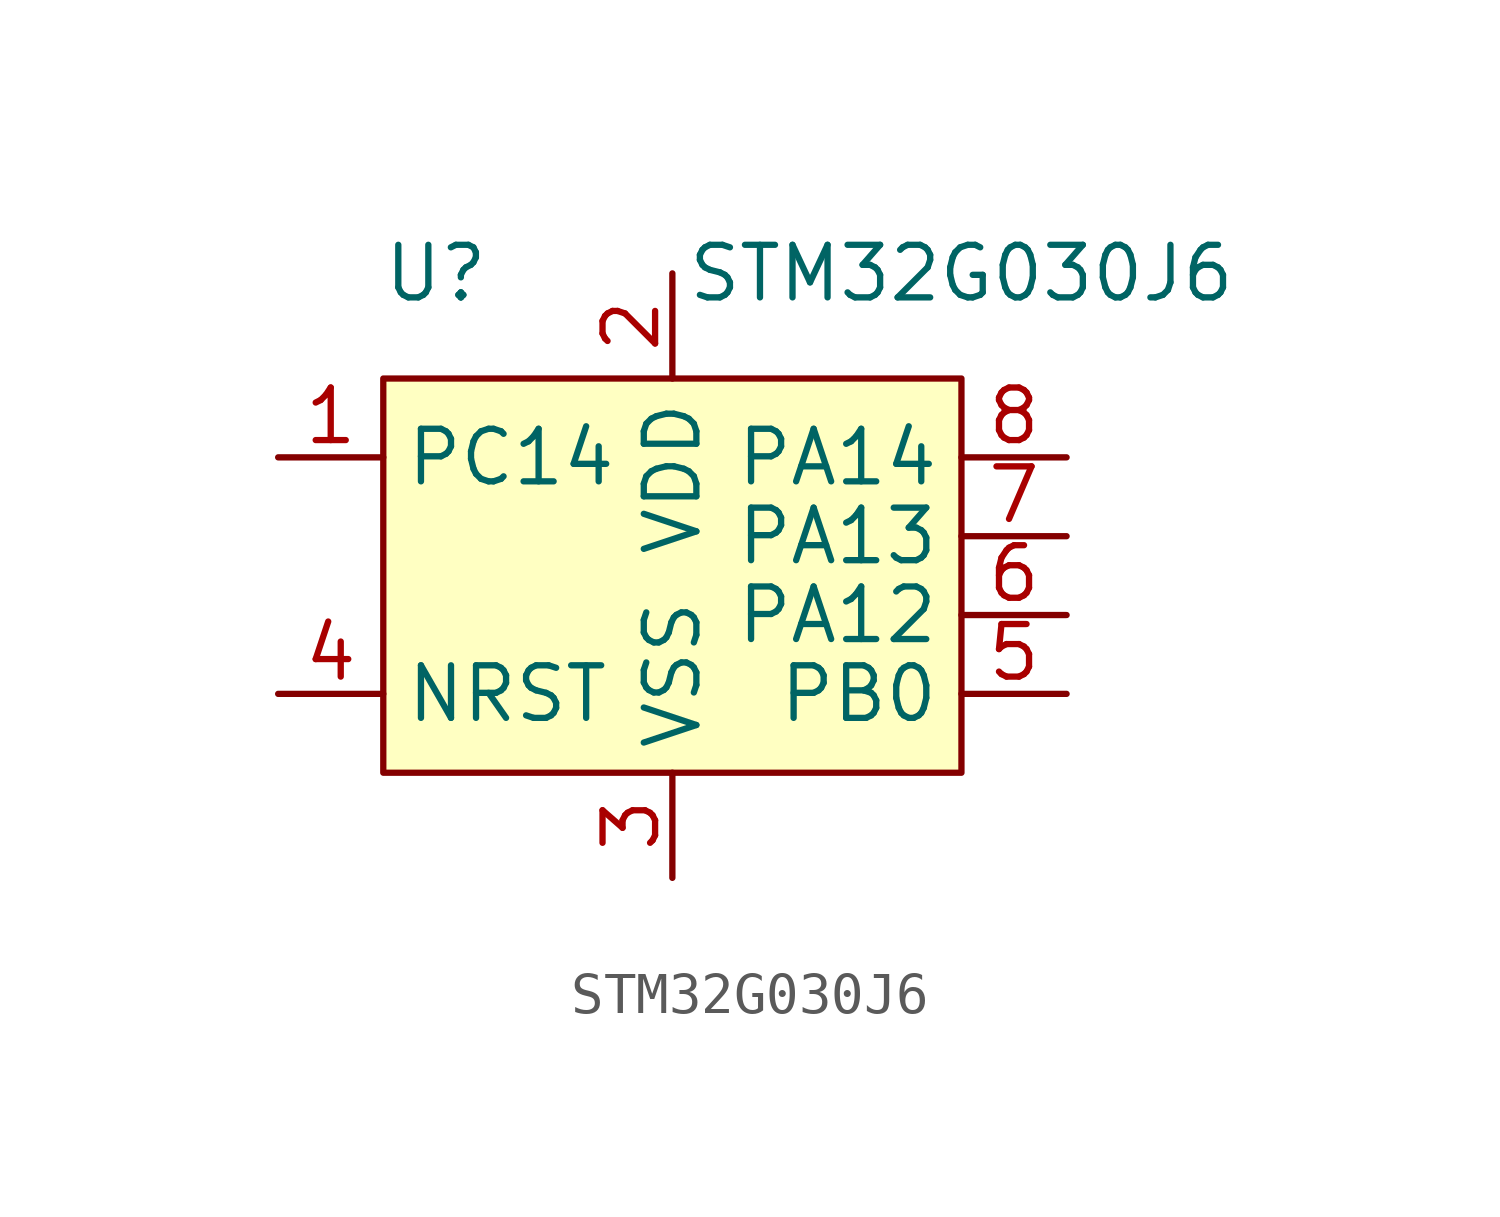
<source format=kicad_sym>
(kicad_symbol_lib
  (version 20211014)
  (generator kicad_symbol_editor)
  (symbol "STM32G030J6"
    (property "Reference" "U"
      (at -5.715 7.62 0)
      (effects (font (size 1.27 1.27))))
    (property "Value" "STM32G030J6"
      (at 6.985 7.62 0)
      (effects (font (size 1.27 1.27))))
    (symbol "STM32G030J6_0_1"
      (rectangle (start -6.985 5.08) (end 6.985 -4.445) (stroke (width 0.152) (type default) (color 0 0 0 0)) (fill (type background))))
    (symbol "STM32G030J6_1_1"
      (pin input line (at -9.525 3.175 0) (length 2.54) (name "PC14" (effects (font (size 1.27 1.27)))) (number "1" (effects (font (size 1.27 1.27)))))
      (pin input line (at 0 7.62 270) (length 2.54) (name "VDD" (effects (font (size 1.27 1.27)))) (number "2" (effects (font (size 1.27 1.27)))))
      (pin input line (at 0 -6.985 90) (length 2.54) (name "VSS" (effects (font (size 1.27 1.27)))) (number "3" (effects (font (size 1.27 1.27)))))
      (pin input line (at -9.525 -2.54 0) (length 2.54) (name "NRST" (effects (font (size 1.27 1.27)))) (number "4" (effects (font (size 1.27 1.27)))))
      (pin input line (at 9.525 -2.54 180) (length 2.54) (name "PB0" (effects (font (size 1.27 1.27)))) (number "5" (effects (font (size 1.27 1.27)))))
      (pin input line (at 9.525 -0.635 180) (length 2.54) (name "PA12" (effects (font (size 1.27 1.27)))) (number "6" (effects (font (size 1.27 1.27)))))
      (pin input line (at 9.525 1.27 180) (length 2.54) (name "PA13" (effects (font (size 1.27 1.27)))) (number "7" (effects (font (size 1.27 1.27)))))
      (pin input line (at 9.525 3.175 180) (length 2.54) (name "PA14" (effects (font (size 1.27 1.27)))) (number "8" (effects (font (size 1.27 1.27))))))))
</source>
